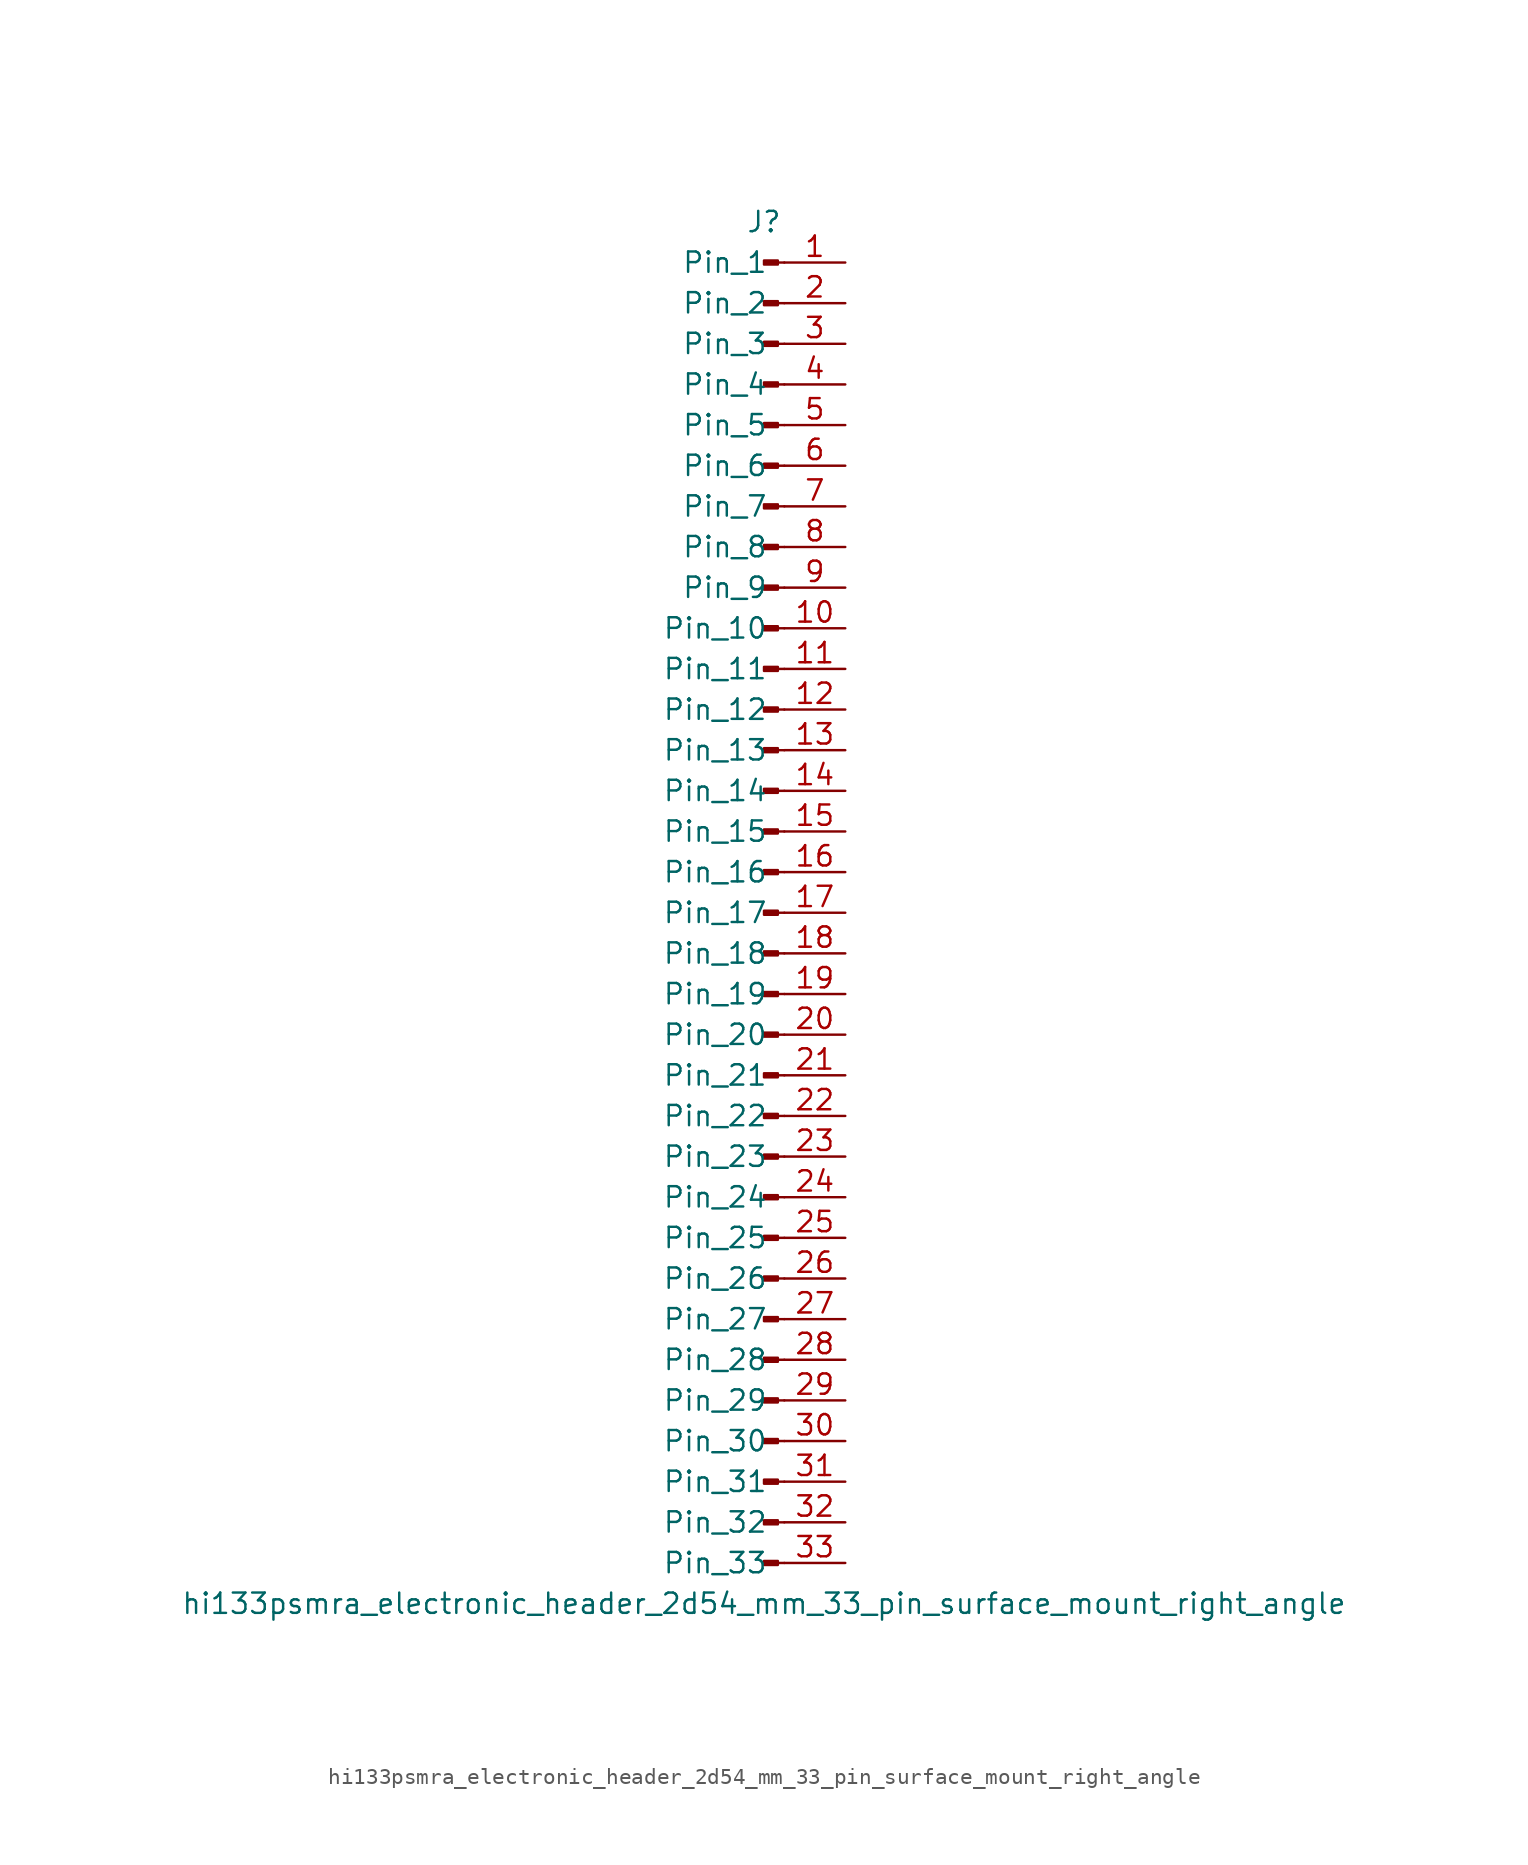
<source format=kicad_sym>
(kicad_symbol_lib
  (version 20220914)
  (generator kicad_symbol_editor)
  (symbol "hi133psmra_electronic_header_2d54_mm_33_pin_surface_mount_right_angle"
    (pin_names
      (offset 1.016))
    (property "Reference" "J"
      (at 0 43.18 0)
      (effects (font (size 1.27 1.27))))
    (property "Value" "hi133psmra_electronic_header_2d54_mm_33_pin_surface_mount_right_angle"
      (at 0 -43.18 0)
      (effects (font (size 1.27 1.27))))
    (property "ki_locked" ""
      (at 0 0 0)
      (effects (font (size 1.27 1.27))))
    (symbol "hi133psmra_electronic_header_2d54_mm_33_pin_surface_mount_right_angle_1_1"
      (polyline (pts (xy 1.27 -40.64) (xy 0.864 -40.64)) (stroke (width 0.152) (type default)) (fill (type none)))
      (polyline (pts (xy 1.27 -38.1) (xy 0.864 -38.1)) (stroke (width 0.152) (type default)) (fill (type none)))
      (polyline (pts (xy 1.27 -35.56) (xy 0.864 -35.56)) (stroke (width 0.152) (type default)) (fill (type none)))
      (polyline (pts (xy 1.27 -33.02) (xy 0.864 -33.02)) (stroke (width 0.152) (type default)) (fill (type none)))
      (polyline (pts (xy 1.27 -30.48) (xy 0.864 -30.48)) (stroke (width 0.152) (type default)) (fill (type none)))
      (polyline (pts (xy 1.27 -27.94) (xy 0.864 -27.94)) (stroke (width 0.152) (type default)) (fill (type none)))
      (polyline (pts (xy 1.27 -25.4) (xy 0.864 -25.4)) (stroke (width 0.152) (type default)) (fill (type none)))
      (polyline (pts (xy 1.27 -22.86) (xy 0.864 -22.86)) (stroke (width 0.152) (type default)) (fill (type none)))
      (polyline (pts (xy 1.27 -20.32) (xy 0.864 -20.32)) (stroke (width 0.152) (type default)) (fill (type none)))
      (polyline (pts (xy 1.27 -17.78) (xy 0.864 -17.78)) (stroke (width 0.152) (type default)) (fill (type none)))
      (polyline (pts (xy 1.27 -15.24) (xy 0.864 -15.24)) (stroke (width 0.152) (type default)) (fill (type none)))
      (polyline (pts (xy 1.27 -12.7) (xy 0.864 -12.7)) (stroke (width 0.152) (type default)) (fill (type none)))
      (polyline (pts (xy 1.27 -10.16) (xy 0.864 -10.16)) (stroke (width 0.152) (type default)) (fill (type none)))
      (polyline (pts (xy 1.27 -7.62) (xy 0.864 -7.62)) (stroke (width 0.152) (type default)) (fill (type none)))
      (polyline (pts (xy 1.27 -5.08) (xy 0.864 -5.08)) (stroke (width 0.152) (type default)) (fill (type none)))
      (polyline (pts (xy 1.27 -2.54) (xy 0.864 -2.54)) (stroke (width 0.152) (type default)) (fill (type none)))
      (polyline (pts (xy 1.27 0) (xy 0.864 0)) (stroke (width 0.152) (type default)) (fill (type none)))
      (polyline (pts (xy 1.27 2.54) (xy 0.864 2.54)) (stroke (width 0.152) (type default)) (fill (type none)))
      (polyline (pts (xy 1.27 5.08) (xy 0.864 5.08)) (stroke (width 0.152) (type default)) (fill (type none)))
      (polyline (pts (xy 1.27 7.62) (xy 0.864 7.62)) (stroke (width 0.152) (type default)) (fill (type none)))
      (polyline (pts (xy 1.27 10.16) (xy 0.864 10.16)) (stroke (width 0.152) (type default)) (fill (type none)))
      (polyline (pts (xy 1.27 12.7) (xy 0.864 12.7)) (stroke (width 0.152) (type default)) (fill (type none)))
      (polyline (pts (xy 1.27 15.24) (xy 0.864 15.24)) (stroke (width 0.152) (type default)) (fill (type none)))
      (polyline (pts (xy 1.27 17.78) (xy 0.864 17.78)) (stroke (width 0.152) (type default)) (fill (type none)))
      (polyline (pts (xy 1.27 20.32) (xy 0.864 20.32)) (stroke (width 0.152) (type default)) (fill (type none)))
      (polyline (pts (xy 1.27 22.86) (xy 0.864 22.86)) (stroke (width 0.152) (type default)) (fill (type none)))
      (polyline (pts (xy 1.27 25.4) (xy 0.864 25.4)) (stroke (width 0.152) (type default)) (fill (type none)))
      (polyline (pts (xy 1.27 27.94) (xy 0.864 27.94)) (stroke (width 0.152) (type default)) (fill (type none)))
      (polyline (pts (xy 1.27 30.48) (xy 0.864 30.48)) (stroke (width 0.152) (type default)) (fill (type none)))
      (polyline (pts (xy 1.27 33.02) (xy 0.864 33.02)) (stroke (width 0.152) (type default)) (fill (type none)))
      (polyline (pts (xy 1.27 35.56) (xy 0.864 35.56)) (stroke (width 0.152) (type default)) (fill (type none)))
      (polyline (pts (xy 1.27 38.1) (xy 0.864 38.1)) (stroke (width 0.152) (type default)) (fill (type none)))
      (polyline (pts (xy 1.27 40.64) (xy 0.864 40.64)) (stroke (width 0.152) (type default)) (fill (type none)))
      (rectangle (start 0.864 -40.513) (end 0 -40.767) (stroke (width 0.152) (type default)) (fill (type outline)))
      (rectangle (start 0.864 -37.973) (end 0 -38.227) (stroke (width 0.152) (type default)) (fill (type outline)))
      (rectangle (start 0.864 -35.433) (end 0 -35.687) (stroke (width 0.152) (type default)) (fill (type outline)))
      (rectangle (start 0.864 -32.893) (end 0 -33.147) (stroke (width 0.152) (type default)) (fill (type outline)))
      (rectangle (start 0.864 -30.353) (end 0 -30.607) (stroke (width 0.152) (type default)) (fill (type outline)))
      (rectangle (start 0.864 -27.813) (end 0 -28.067) (stroke (width 0.152) (type default)) (fill (type outline)))
      (rectangle (start 0.864 -25.273) (end 0 -25.527) (stroke (width 0.152) (type default)) (fill (type outline)))
      (rectangle (start 0.864 -22.733) (end 0 -22.987) (stroke (width 0.152) (type default)) (fill (type outline)))
      (rectangle (start 0.864 -20.193) (end 0 -20.447) (stroke (width 0.152) (type default)) (fill (type outline)))
      (rectangle (start 0.864 -17.653) (end 0 -17.907) (stroke (width 0.152) (type default)) (fill (type outline)))
      (rectangle (start 0.864 -15.113) (end 0 -15.367) (stroke (width 0.152) (type default)) (fill (type outline)))
      (rectangle (start 0.864 -12.573) (end 0 -12.827) (stroke (width 0.152) (type default)) (fill (type outline)))
      (rectangle (start 0.864 -10.033) (end 0 -10.287) (stroke (width 0.152) (type default)) (fill (type outline)))
      (rectangle (start 0.864 -7.493) (end 0 -7.747) (stroke (width 0.152) (type default)) (fill (type outline)))
      (rectangle (start 0.864 -4.953) (end 0 -5.207) (stroke (width 0.152) (type default)) (fill (type outline)))
      (rectangle (start 0.864 -2.413) (end 0 -2.667) (stroke (width 0.152) (type default)) (fill (type outline)))
      (rectangle (start 0.864 0.127) (end 0 -0.127) (stroke (width 0.152) (type default)) (fill (type outline)))
      (rectangle (start 0.864 2.667) (end 0 2.413) (stroke (width 0.152) (type default)) (fill (type outline)))
      (rectangle (start 0.864 5.207) (end 0 4.953) (stroke (width 0.152) (type default)) (fill (type outline)))
      (rectangle (start 0.864 7.747) (end 0 7.493) (stroke (width 0.152) (type default)) (fill (type outline)))
      (rectangle (start 0.864 10.287) (end 0 10.033) (stroke (width 0.152) (type default)) (fill (type outline)))
      (rectangle (start 0.864 12.827) (end 0 12.573) (stroke (width 0.152) (type default)) (fill (type outline)))
      (rectangle (start 0.864 15.367) (end 0 15.113) (stroke (width 0.152) (type default)) (fill (type outline)))
      (rectangle (start 0.864 17.907) (end 0 17.653) (stroke (width 0.152) (type default)) (fill (type outline)))
      (rectangle (start 0.864 20.447) (end 0 20.193) (stroke (width 0.152) (type default)) (fill (type outline)))
      (rectangle (start 0.864 22.987) (end 0 22.733) (stroke (width 0.152) (type default)) (fill (type outline)))
      (rectangle (start 0.864 25.527) (end 0 25.273) (stroke (width 0.152) (type default)) (fill (type outline)))
      (rectangle (start 0.864 28.067) (end 0 27.813) (stroke (width 0.152) (type default)) (fill (type outline)))
      (rectangle (start 0.864 30.607) (end 0 30.353) (stroke (width 0.152) (type default)) (fill (type outline)))
      (rectangle (start 0.864 33.147) (end 0 32.893) (stroke (width 0.152) (type default)) (fill (type outline)))
      (rectangle (start 0.864 35.687) (end 0 35.433) (stroke (width 0.152) (type default)) (fill (type outline)))
      (rectangle (start 0.864 38.227) (end 0 37.973) (stroke (width 0.152) (type default)) (fill (type outline)))
      (rectangle (start 0.864 40.767) (end 0 40.513) (stroke (width 0.152) (type default)) (fill (type outline)))
      (pin passive line (at 5.08 40.64 180) (length 3.81) (name "Pin_1" (effects (font (size 1.27 1.27)))) (number "1" (effects (font (size 1.27 1.27)))))
      (pin passive line (at 5.08 17.78 180) (length 3.81) (name "Pin_10" (effects (font (size 1.27 1.27)))) (number "10" (effects (font (size 1.27 1.27)))))
      (pin passive line (at 5.08 15.24 180) (length 3.81) (name "Pin_11" (effects (font (size 1.27 1.27)))) (number "11" (effects (font (size 1.27 1.27)))))
      (pin passive line (at 5.08 12.7 180) (length 3.81) (name "Pin_12" (effects (font (size 1.27 1.27)))) (number "12" (effects (font (size 1.27 1.27)))))
      (pin passive line (at 5.08 10.16 180) (length 3.81) (name "Pin_13" (effects (font (size 1.27 1.27)))) (number "13" (effects (font (size 1.27 1.27)))))
      (pin passive line (at 5.08 7.62 180) (length 3.81) (name "Pin_14" (effects (font (size 1.27 1.27)))) (number "14" (effects (font (size 1.27 1.27)))))
      (pin passive line (at 5.08 5.08 180) (length 3.81) (name "Pin_15" (effects (font (size 1.27 1.27)))) (number "15" (effects (font (size 1.27 1.27)))))
      (pin passive line (at 5.08 2.54 180) (length 3.81) (name "Pin_16" (effects (font (size 1.27 1.27)))) (number "16" (effects (font (size 1.27 1.27)))))
      (pin passive line (at 5.08 0 180) (length 3.81) (name "Pin_17" (effects (font (size 1.27 1.27)))) (number "17" (effects (font (size 1.27 1.27)))))
      (pin passive line (at 5.08 -2.54 180) (length 3.81) (name "Pin_18" (effects (font (size 1.27 1.27)))) (number "18" (effects (font (size 1.27 1.27)))))
      (pin passive line (at 5.08 -5.08 180) (length 3.81) (name "Pin_19" (effects (font (size 1.27 1.27)))) (number "19" (effects (font (size 1.27 1.27)))))
      (pin passive line (at 5.08 38.1 180) (length 3.81) (name "Pin_2" (effects (font (size 1.27 1.27)))) (number "2" (effects (font (size 1.27 1.27)))))
      (pin passive line (at 5.08 -7.62 180) (length 3.81) (name "Pin_20" (effects (font (size 1.27 1.27)))) (number "20" (effects (font (size 1.27 1.27)))))
      (pin passive line (at 5.08 -10.16 180) (length 3.81) (name "Pin_21" (effects (font (size 1.27 1.27)))) (number "21" (effects (font (size 1.27 1.27)))))
      (pin passive line (at 5.08 -12.7 180) (length 3.81) (name "Pin_22" (effects (font (size 1.27 1.27)))) (number "22" (effects (font (size 1.27 1.27)))))
      (pin passive line (at 5.08 -15.24 180) (length 3.81) (name "Pin_23" (effects (font (size 1.27 1.27)))) (number "23" (effects (font (size 1.27 1.27)))))
      (pin passive line (at 5.08 -17.78 180) (length 3.81) (name "Pin_24" (effects (font (size 1.27 1.27)))) (number "24" (effects (font (size 1.27 1.27)))))
      (pin passive line (at 5.08 -20.32 180) (length 3.81) (name "Pin_25" (effects (font (size 1.27 1.27)))) (number "25" (effects (font (size 1.27 1.27)))))
      (pin passive line (at 5.08 -22.86 180) (length 3.81) (name "Pin_26" (effects (font (size 1.27 1.27)))) (number "26" (effects (font (size 1.27 1.27)))))
      (pin passive line (at 5.08 -25.4 180) (length 3.81) (name "Pin_27" (effects (font (size 1.27 1.27)))) (number "27" (effects (font (size 1.27 1.27)))))
      (pin passive line (at 5.08 -27.94 180) (length 3.81) (name "Pin_28" (effects (font (size 1.27 1.27)))) (number "28" (effects (font (size 1.27 1.27)))))
      (pin passive line (at 5.08 -30.48 180) (length 3.81) (name "Pin_29" (effects (font (size 1.27 1.27)))) (number "29" (effects (font (size 1.27 1.27)))))
      (pin passive line (at 5.08 35.56 180) (length 3.81) (name "Pin_3" (effects (font (size 1.27 1.27)))) (number "3" (effects (font (size 1.27 1.27)))))
      (pin passive line (at 5.08 -33.02 180) (length 3.81) (name "Pin_30" (effects (font (size 1.27 1.27)))) (number "30" (effects (font (size 1.27 1.27)))))
      (pin passive line (at 5.08 -35.56 180) (length 3.81) (name "Pin_31" (effects (font (size 1.27 1.27)))) (number "31" (effects (font (size 1.27 1.27)))))
      (pin passive line (at 5.08 -38.1 180) (length 3.81) (name "Pin_32" (effects (font (size 1.27 1.27)))) (number "32" (effects (font (size 1.27 1.27)))))
      (pin passive line (at 5.08 -40.64 180) (length 3.81) (name "Pin_33" (effects (font (size 1.27 1.27)))) (number "33" (effects (font (size 1.27 1.27)))))
      (pin passive line (at 5.08 33.02 180) (length 3.81) (name "Pin_4" (effects (font (size 1.27 1.27)))) (number "4" (effects (font (size 1.27 1.27)))))
      (pin passive line (at 5.08 30.48 180) (length 3.81) (name "Pin_5" (effects (font (size 1.27 1.27)))) (number "5" (effects (font (size 1.27 1.27)))))
      (pin passive line (at 5.08 27.94 180) (length 3.81) (name "Pin_6" (effects (font (size 1.27 1.27)))) (number "6" (effects (font (size 1.27 1.27)))))
      (pin passive line (at 5.08 25.4 180) (length 3.81) (name "Pin_7" (effects (font (size 1.27 1.27)))) (number "7" (effects (font (size 1.27 1.27)))))
      (pin passive line (at 5.08 22.86 180) (length 3.81) (name "Pin_8" (effects (font (size 1.27 1.27)))) (number "8" (effects (font (size 1.27 1.27)))))
      (pin passive line (at 5.08 20.32 180) (length 3.81) (name "Pin_9" (effects (font (size 1.27 1.27)))) (number "9" (effects (font (size 1.27 1.27))))))))
</source>
